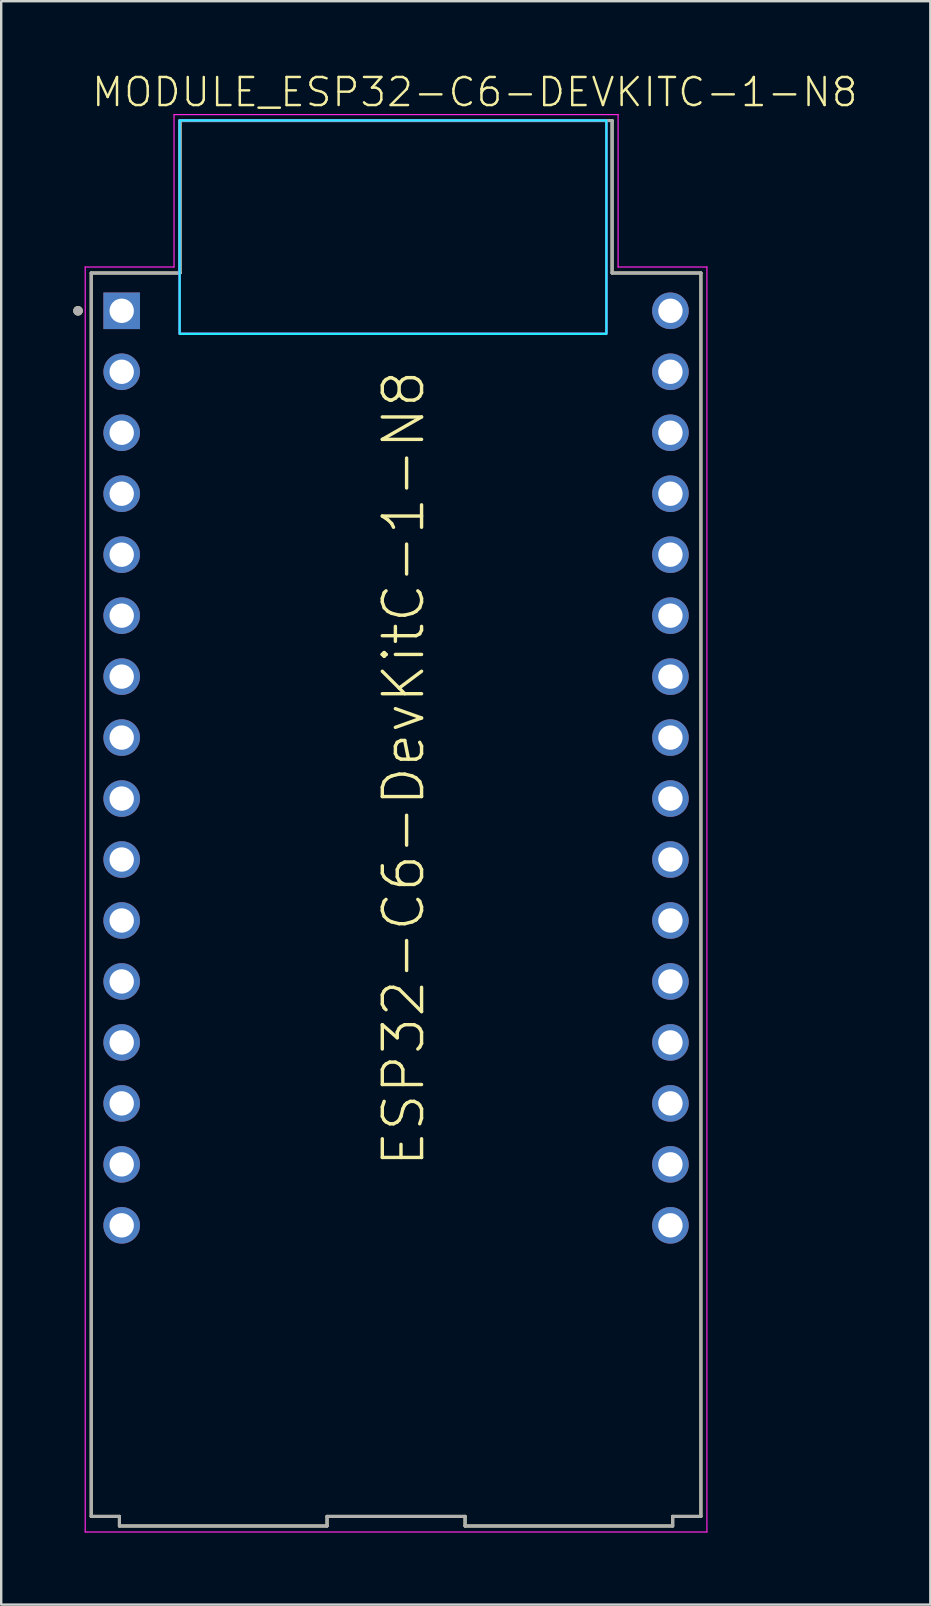
<source format=kicad_pcb>
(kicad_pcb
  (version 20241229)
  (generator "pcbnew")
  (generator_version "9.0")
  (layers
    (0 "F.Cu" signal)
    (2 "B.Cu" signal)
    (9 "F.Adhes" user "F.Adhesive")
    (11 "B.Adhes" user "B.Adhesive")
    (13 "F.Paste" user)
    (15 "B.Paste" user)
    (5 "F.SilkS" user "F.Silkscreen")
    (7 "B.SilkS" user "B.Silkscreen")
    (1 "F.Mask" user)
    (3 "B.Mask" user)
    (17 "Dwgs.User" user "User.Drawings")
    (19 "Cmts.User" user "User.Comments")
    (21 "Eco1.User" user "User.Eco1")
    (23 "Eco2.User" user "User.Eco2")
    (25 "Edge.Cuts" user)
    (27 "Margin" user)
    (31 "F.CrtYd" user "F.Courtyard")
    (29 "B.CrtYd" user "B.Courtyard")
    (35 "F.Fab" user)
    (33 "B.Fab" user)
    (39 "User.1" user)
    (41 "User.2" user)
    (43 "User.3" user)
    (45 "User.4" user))
  (footprint "MODULE_ESP32-C6-DEVKITC-1-N8"
    (layer "F.Cu")
    (at 13.45 34.223)
    (property "Reference" "MODULE_ESP32-C6-DEVKITC-1-N8" (at -12.75 -32.75 0) (unlocked yes) (layer "F.SilkS") (effects (font (size 1.168 1.168) (thickness 0.102)) (justify left bottom)))
    (fp_line (start -12.7 -25.9) (end -9 -25.9) (stroke (width 0.127) (type solid)) (layer "F.SilkS"))
    (fp_line (start -12.7 25.9) (end -12.7 -25.9) (stroke (width 0.127) (type solid)) (layer "F.SilkS"))
    (fp_line (start -11.525 25.9) (end -12.7 25.9) (stroke (width 0.127) (type solid)) (layer "F.SilkS"))
    (fp_line (start -11.525 25.9) (end -11.525 26.3) (stroke (width 0.127) (type solid)) (layer "F.SilkS"))
    (fp_line (start -11.525 26.3) (end -2.875 26.3) (stroke (width 0.127) (type solid)) (layer "F.SilkS"))
    (fp_line (start -9 -32.25) (end 9 -32.25) (stroke (width 0.127) (type solid)) (layer "F.SilkS"))
    (fp_line (start -9 -25.9) (end -9 -32.25) (stroke (width 0.127) (type solid)) (layer "F.SilkS"))
    (fp_line (start -2.875 26.3) (end -2.875 25.9) (stroke (width 0.127) (type solid)) (layer "F.SilkS"))
    (fp_line (start 2.875 25.9) (end -2.875 25.9) (stroke (width 0.127) (type solid)) (layer "F.SilkS"))
    (fp_line (start 2.875 25.9) (end 2.875 26.3) (stroke (width 0.127) (type solid)) (layer "F.SilkS"))
    (fp_line (start 2.875 26.3) (end 11.525 26.3) (stroke (width 0.127) (type solid)) (layer "F.SilkS"))
    (fp_line (start 9 -32.25) (end 9 -25.9) (stroke (width 0.127) (type solid)) (layer "F.SilkS"))
    (fp_line (start 9 -25.9) (end 12.7 -25.9) (stroke (width 0.127) (type solid)) (layer "F.SilkS"))
    (fp_line (start 11.525 26.3) (end 11.525 25.9) (stroke (width 0.127) (type solid)) (layer "F.SilkS"))
    (fp_line (start 12.7 -25.9) (end 12.7 25.9) (stroke (width 0.127) (type solid)) (layer "F.SilkS"))
    (fp_line (start 12.7 25.9) (end 11.525 25.9) (stroke (width 0.127) (type solid)) (layer "F.SilkS"))
    (fp_circle (center -13.25 -24.325) (end -13.15 -24.325) (stroke (width 0.2) (type solid)) (fill no) (layer "F.SilkS"))
    (fp_poly (pts (xy -9.017 -23.368) (xy 8.763 -23.368) (xy 8.763 -32.258) (xy -9.017 -32.258)) (stroke (width 0.1) (type default)) (fill no) (layer "B.CrtYd"))
    (fp_line (start -12.95 -26.15) (end -9.25 -26.15) (stroke (width 0.05) (type solid)) (layer "F.CrtYd"))
    (fp_line (start -12.95 26.55) (end -12.95 -26.15) (stroke (width 0.05) (type solid)) (layer "F.CrtYd"))
    (fp_line (start -9.25 -32.5) (end 9.25 -32.5) (stroke (width 0.05) (type solid)) (layer "F.CrtYd"))
    (fp_line (start -9.25 -26.15) (end -9.25 -32.5) (stroke (width 0.05) (type solid)) (layer "F.CrtYd"))
    (fp_line (start 9.25 -32.5) (end 9.25 -26.15) (stroke (width 0.05) (type solid)) (layer "F.CrtYd"))
    (fp_line (start 9.25 -26.15) (end 12.95 -26.15) (stroke (width 0.05) (type solid)) (layer "F.CrtYd"))
    (fp_line (start 12.95 -26.15) (end 12.95 26.55) (stroke (width 0.05) (type solid)) (layer "F.CrtYd"))
    (fp_line (start 12.95 26.55) (end -12.95 26.55) (stroke (width 0.05) (type solid)) (layer "F.CrtYd"))
    (fp_poly (pts (xy -9.017 -23.368) (xy 8.763 -23.368) (xy 8.763 -32.258) (xy -9.017 -32.258)) (stroke (width 0.1) (type default)) (fill no) (layer "F.CrtYd"))
    (fp_line (start -12.7 -25.9) (end -9 -25.9) (stroke (width 0.127) (type solid)) (layer "F.Fab"))
    (fp_line (start -12.7 25.9) (end -12.7 -25.9) (stroke (width 0.127) (type solid)) (layer "F.Fab"))
    (fp_line (start -11.525 25.9) (end -12.7 25.9) (stroke (width 0.127) (type solid)) (layer "F.Fab"))
    (fp_line (start -11.525 25.9) (end -11.525 26.3) (stroke (width 0.127) (type solid)) (layer "F.Fab"))
    (fp_line (start -11.525 26.3) (end -2.875 26.3) (stroke (width 0.127) (type solid)) (layer "F.Fab"))
    (fp_line (start -9 -32.25) (end 9 -32.25) (stroke (width 0.127) (type solid)) (layer "F.Fab"))
    (fp_line (start -9 -25.9) (end -9 -32.25) (stroke (width 0.127) (type solid)) (layer "F.Fab"))
    (fp_line (start -2.875 26.3) (end -2.875 25.9) (stroke (width 0.127) (type solid)) (layer "F.Fab"))
    (fp_line (start 2.875 25.9) (end -2.875 25.9) (stroke (width 0.127) (type solid)) (layer "F.Fab"))
    (fp_line (start 2.875 25.9) (end 2.875 26.3) (stroke (width 0.127) (type solid)) (layer "F.Fab"))
    (fp_line (start 2.875 26.3) (end 11.525 26.3) (stroke (width 0.127) (type solid)) (layer "F.Fab"))
    (fp_line (start 9 -32.25) (end 9 -25.9) (stroke (width 0.127) (type solid)) (layer "F.Fab"))
    (fp_line (start 9 -25.9) (end 12.7 -25.9) (stroke (width 0.127) (type solid)) (layer "F.Fab"))
    (fp_line (start 11.525 26.3) (end 11.525 25.9) (stroke (width 0.127) (type solid)) (layer "F.Fab"))
    (fp_line (start 12.7 -25.9) (end 12.7 25.9) (stroke (width 0.127) (type solid)) (layer "F.Fab"))
    (fp_line (start 12.7 25.9) (end 11.525 25.9) (stroke (width 0.127) (type solid)) (layer "F.Fab"))
    (fp_circle (center -13.25 -24.325) (end -13.15 -24.325) (stroke (width 0.2) (type solid)) (fill no) (layer "F.Fab"))
    (fp_text user "ESP32-C6-DevKitC-1-N8" (at 1.27 11.43 90) (unlocked yes) (layer "F.SilkS") (effects (font (size 1.636 1.636) (thickness 0.142)) (justify left bottom)))
    (pad "!RST" thru_hole circle (at -11.43 -21.785) (size 1.524 1.524) (drill 1.016) (layers "*.Cu" "*.Mask"))
    (pad "3V3" thru_hole rect (at -11.43 -24.325) (size 1.524 1.524) (drill 1.016) (layers "*.Cu" "*.Mask"))
    (pad "5V0" thru_hole circle (at -11.43 8.695) (size 1.524 1.524) (drill 1.016) (layers "*.Cu" "*.Mask"))
    (pad "GND" thru_hole circle (at -11.43 11.235) (size 1.524 1.524) (drill 1.016) (layers "*.Cu" "*.Mask"))
    (pad "GND@1" thru_hole circle (at 11.43 -24.325) (size 1.524 1.524) (drill 1.016) (layers "*.Cu" "*.Mask"))
    (pad "GND@2" thru_hole circle (at 11.43 3.615) (size 1.524 1.524) (drill 1.016) (layers "*.Cu" "*.Mask"))
    (pad "GND@3" thru_hole circle (at 11.43 11.235) (size 1.524 1.524) (drill 1.016) (layers "*.Cu" "*.Mask"))
    (pad "IO0" thru_hole circle (at -11.43 -9.085) (size 1.524 1.524) (drill 1.016) (layers "*.Cu" "*.Mask"))
    (pad "IO1" thru_hole circle (at -11.43 -6.545) (size 1.524 1.524) (drill 1.016) (layers "*.Cu" "*.Mask"))
    (pad "IO2" thru_hole circle (at -11.43 3.615) (size 1.524 1.524) (drill 1.016) (layers "*.Cu" "*.Mask"))
    (pad "IO3" thru_hole circle (at -11.43 6.155) (size 1.524 1.524) (drill 1.016) (layers "*.Cu" "*.Mask"))
    (pad "IO4" thru_hole circle (at -11.43 -19.245) (size 1.524 1.524) (drill 1.016) (layers "*.Cu" "*.Mask"))
    (pad "IO5" thru_hole circle (at -11.43 -16.705) (size 1.524 1.524) (drill 1.016) (layers "*.Cu" "*.Mask"))
    (pad "IO6" thru_hole circle (at -11.43 -14.165) (size 1.524 1.524) (drill 1.016) (layers "*.Cu" "*.Mask"))
    (pad "IO7" thru_hole circle (at -11.43 -11.625) (size 1.524 1.524) (drill 1.016) (layers "*.Cu" "*.Mask"))
    (pad "IO8" thru_hole circle (at -11.43 -4.005) (size 1.524 1.524) (drill 1.016) (layers "*.Cu" "*.Mask"))
    (pad "IO9" thru_hole circle (at 11.43 1.075) (size 1.524 1.524) (drill 1.016) (layers "*.Cu" "*.Mask"))
    (pad "IO10" thru_hole circle (at -11.43 -1.465) (size 1.524 1.524) (drill 1.016) (layers "*.Cu" "*.Mask"))
    (pad "IO11" thru_hole circle (at -11.43 1.075) (size 1.524 1.524) (drill 1.016) (layers "*.Cu" "*.Mask"))
    (pad "IO12" thru_hole circle (at 11.43 8.695) (size 1.524 1.524) (drill 1.016) (layers "*.Cu" "*.Mask"))
    (pad "IO13" thru_hole circle (at 11.43 6.155) (size 1.524 1.524) (drill 1.016) (layers "*.Cu" "*.Mask"))
    (pad "IO15" thru_hole circle (at 11.43 -16.705) (size 1.524 1.524) (drill 1.016) (layers "*.Cu" "*.Mask"))
    (pad "IO16" thru_hole circle (at 11.43 -21.785) (size 1.524 1.524) (drill 1.016) (layers "*.Cu" "*.Mask"))
    (pad "IO17" thru_hole circle (at 11.43 -19.245) (size 1.524 1.524) (drill 1.016) (layers "*.Cu" "*.Mask"))
    (pad "IO18" thru_hole circle (at 11.43 -1.465) (size 1.524 1.524) (drill 1.016) (layers "*.Cu" "*.Mask"))
    (pad "IO19" thru_hole circle (at 11.43 -4.005) (size 1.524 1.524) (drill 1.016) (layers "*.Cu" "*.Mask"))
    (pad "IO20" thru_hole circle (at 11.43 -6.545) (size 1.524 1.524) (drill 1.016) (layers "*.Cu" "*.Mask"))
    (pad "IO21" thru_hole circle (at 11.43 -9.085) (size 1.524 1.524) (drill 1.016) (layers "*.Cu" "*.Mask"))
    (pad "IO22" thru_hole circle (at 11.43 -11.625) (size 1.524 1.524) (drill 1.016) (layers "*.Cu" "*.Mask"))
    (pad "IO23" thru_hole circle (at 11.43 -14.165) (size 1.524 1.524) (drill 1.016) (layers "*.Cu" "*.Mask"))
    (pad "NC1" thru_hole circle (at -11.43 13.775) (size 1.524 1.524) (drill 1.016) (layers "*.Cu" "*.Mask"))
    (pad "NC2" thru_hole circle (at 11.43 13.775) (size 1.524 1.524) (drill 1.016) (layers "*.Cu" "*.Mask")))
  (gr_rect
    (start -3 -3)
    (end 35.707 63.798)
    (stroke (width 0.1) (type default))
    (fill no)
    (layer "Edge.Cuts")))
</source>
